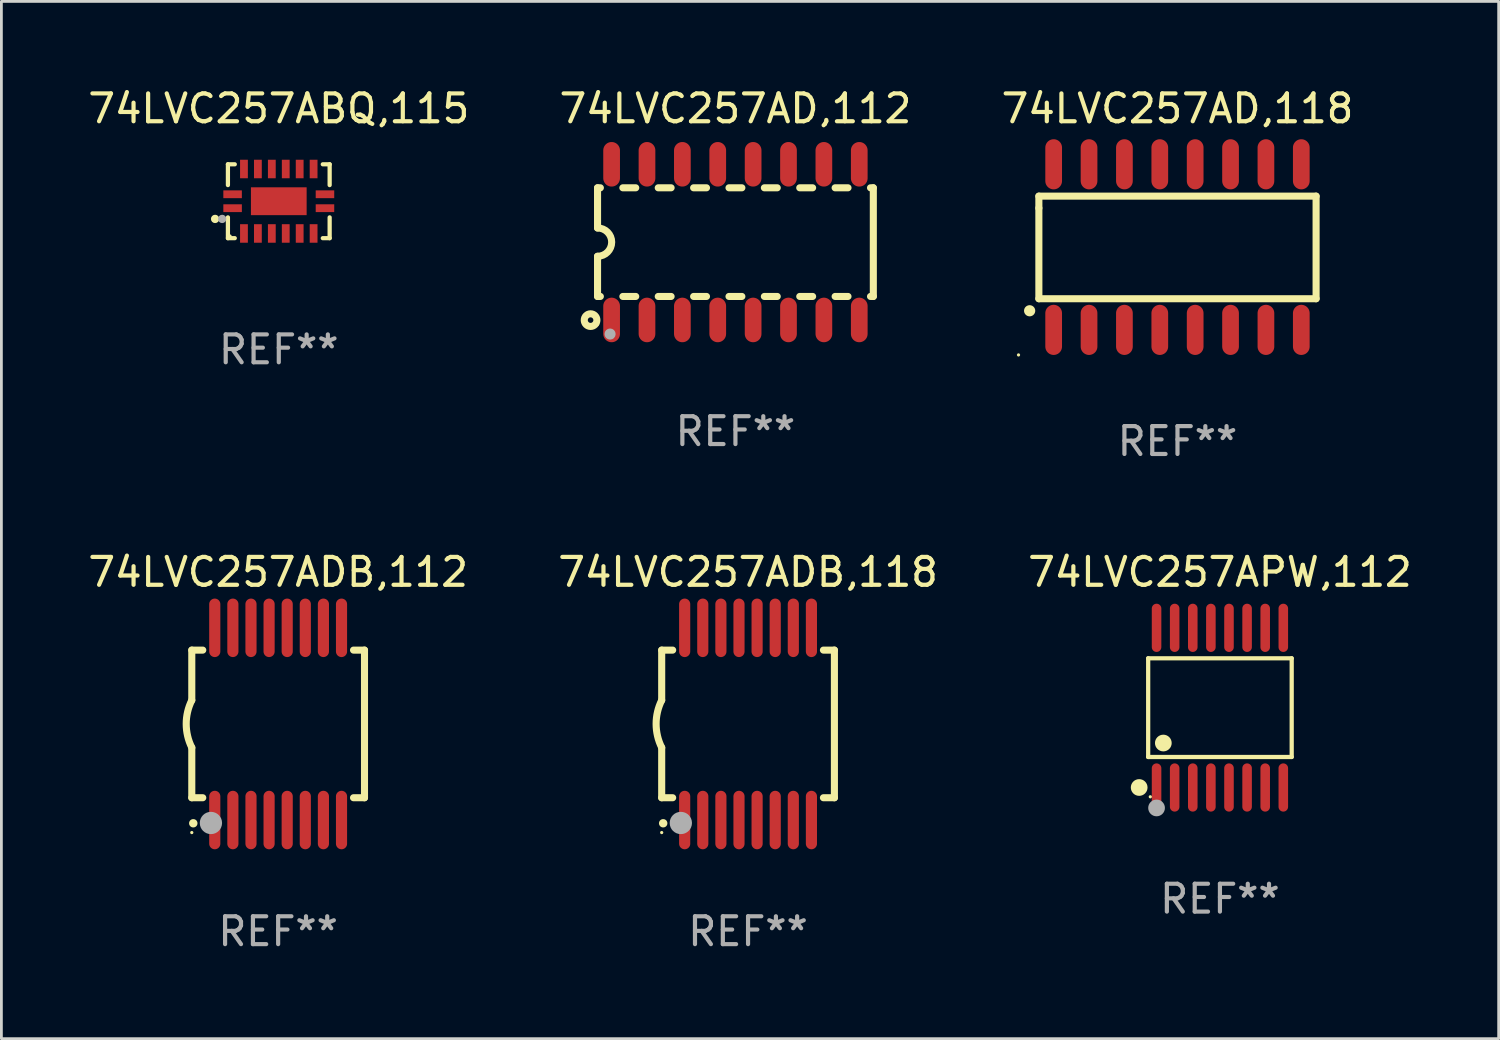
<source format=kicad_pcb>
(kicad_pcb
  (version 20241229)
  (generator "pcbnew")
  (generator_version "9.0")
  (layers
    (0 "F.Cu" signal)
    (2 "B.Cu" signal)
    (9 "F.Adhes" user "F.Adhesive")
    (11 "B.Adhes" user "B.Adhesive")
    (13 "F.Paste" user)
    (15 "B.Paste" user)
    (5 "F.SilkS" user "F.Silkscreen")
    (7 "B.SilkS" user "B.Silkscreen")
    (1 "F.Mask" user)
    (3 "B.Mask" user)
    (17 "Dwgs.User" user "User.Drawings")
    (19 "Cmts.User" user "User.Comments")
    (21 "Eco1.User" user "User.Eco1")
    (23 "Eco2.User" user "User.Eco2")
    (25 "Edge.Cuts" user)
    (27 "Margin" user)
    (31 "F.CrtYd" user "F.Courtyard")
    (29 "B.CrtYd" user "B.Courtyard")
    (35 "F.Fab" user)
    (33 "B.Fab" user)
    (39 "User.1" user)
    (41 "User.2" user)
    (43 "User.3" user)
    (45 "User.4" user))
  (footprint "74LVC257APW,112"
    (layer "F.Cu")
    (at 40.744 22.354)
    (property "Reference" "74LVC257APW,112" (at 0 -4.866 0) (layer "F.SilkS") (effects (font (size 1 1) (thickness 0.15))))
    (attr through_hole)
    (fp_line (start -2.576 -1.772) (end 2.576 -1.772) (stroke (width 0.152) (type solid)) (layer "F.SilkS"))
    (fp_line (start -2.576 1.771) (end -2.576 -1.772) (stroke (width 0.152) (type solid)) (layer "F.SilkS"))
    (fp_line (start 2.576 -1.772) (end 2.576 1.771) (stroke (width 0.152) (type solid)) (layer "F.SilkS"))
    (fp_line (start 2.576 1.771) (end -2.576 1.771) (stroke (width 0.152) (type solid)) (layer "F.SilkS"))
    (fp_circle (center -2.899 2.866) (end -2.749 2.866) (stroke (width 0.3) (type solid)) (fill no) (layer "F.SilkS"))
    (fp_circle (center -2.5 3.2) (end -2.47 3.2) (stroke (width 0.06) (type solid)) (fill no) (layer "F.SilkS"))
    (fp_circle (center -2.032 1.27) (end -1.882 1.27) (stroke (width 0.3) (type solid)) (fill no) (layer "F.SilkS"))
    (fp_circle (center -2.275 3.6) (end -2.125 3.6) (stroke (width 0.3) (type solid)) (fill no) (layer "F.Fab"))
    (fp_text user "REF**" (at 0 6.866 0) (layer "F.Fab") (effects (font (size 1 1) (thickness 0.15))))
    (pad "1" smd oval (at -2.275 2.866) (size 0.343 1.731) (layers "F.Cu" "F.Mask" "F.Paste"))
    (pad "2" smd oval (at -1.625 2.866) (size 0.343 1.731) (layers "F.Cu" "F.Mask" "F.Paste"))
    (pad "3" smd oval (at -0.975 2.866) (size 0.343 1.731) (layers "F.Cu" "F.Mask" "F.Paste"))
    (pad "4" smd oval (at -0.325 2.866) (size 0.343 1.731) (layers "F.Cu" "F.Mask" "F.Paste"))
    (pad "5" smd oval (at 0.325 2.866) (size 0.343 1.731) (layers "F.Cu" "F.Mask" "F.Paste"))
    (pad "6" smd oval (at 0.975 2.866) (size 0.343 1.731) (layers "F.Cu" "F.Mask" "F.Paste"))
    (pad "7" smd oval (at 1.625 2.866) (size 0.343 1.731) (layers "F.Cu" "F.Mask" "F.Paste"))
    (pad "8" smd oval (at 2.275 2.866) (size 0.343 1.731) (layers "F.Cu" "F.Mask" "F.Paste"))
    (pad "9" smd oval (at 2.275 -2.866) (size 0.343 1.731) (layers "F.Cu" "F.Mask" "F.Paste"))
    (pad "10" smd oval (at 1.625 -2.866) (size 0.343 1.731) (layers "F.Cu" "F.Mask" "F.Paste"))
    (pad "11" smd oval (at 0.975 -2.866) (size 0.343 1.731) (layers "F.Cu" "F.Mask" "F.Paste"))
    (pad "12" smd oval (at 0.325 -2.866) (size 0.343 1.731) (layers "F.Cu" "F.Mask" "F.Paste"))
    (pad "13" smd oval (at -0.325 -2.866) (size 0.343 1.731) (layers "F.Cu" "F.Mask" "F.Paste"))
    (pad "14" smd oval (at -0.975 -2.866) (size 0.343 1.731) (layers "F.Cu" "F.Mask" "F.Paste"))
    (pad "15" smd oval (at -1.625 -2.866) (size 0.343 1.731) (layers "F.Cu" "F.Mask" "F.Paste"))
    (pad "16" smd oval (at -2.275 -2.866) (size 0.343 1.731) (layers "F.Cu" "F.Mask" "F.Paste")))
  (footprint "74LVC257ADB,112"
    (layer "F.Cu")
    (at 6.935 22.938)
    (property "Reference" "74LVC257ADB,112" (at 0 -5.45 0) (layer "F.SilkS") (effects (font (size 1 1) (thickness 0.15))))
    (attr through_hole)
    (fp_line (start -3.1 -2.65) (end -3.1 -0.85) (stroke (width 0.254) (type solid)) (layer "F.SilkS"))
    (fp_line (start -3.1 -2.65) (end -2.706 -2.65) (stroke (width 0.254) (type solid)) (layer "F.SilkS"))
    (fp_line (start -3.1 2.65) (end -3.1 0.85) (stroke (width 0.254) (type solid)) (layer "F.SilkS"))
    (fp_line (start -3.1 2.65) (end -2.706 2.65) (stroke (width 0.254) (type solid)) (layer "F.SilkS"))
    (fp_line (start 2.706 -2.65) (end 3.1 -2.65) (stroke (width 0.254) (type solid)) (layer "F.SilkS"))
    (fp_line (start 2.706 2.65) (end 3.1 2.65) (stroke (width 0.254) (type solid)) (layer "F.SilkS"))
    (fp_line (start 3.1 -2.65) (end 3.1 2.65) (stroke (width 0.254) (type solid)) (layer "F.SilkS"))
    (fp_arc (start -3.098907 0.850902) (mid -3.300057 0.000523) (end -3.1 -0.850114) (stroke (width 0.254001) (type solid)) (layer "F.SilkS"))
    (fp_arc (start -3.048006 3.566066) (mid -3.046736 3.566061) (end -3.045466 3.566066) (stroke (width 0.3) (type solid)) (layer "F.SilkS"))
    (fp_circle (center -3.1 3.9) (end -3.07 3.9) (stroke (width 0.06) (type solid)) (fill no) (layer "F.SilkS"))
    (fp_circle (center -2.413 3.556) (end -2.213 3.556) (stroke (width 0.4) (type solid)) (fill no) (layer "F.Fab"))
    (fp_text user "REF**" (at 0 7.45 0) (layer "F.Fab") (effects (font (size 1 1) (thickness 0.15))))
    (pad "1" smd oval (at -2.275 3.45 180) (size 0.4 2.1) (layers "F.Cu" "F.Mask" "F.Paste"))
    (pad "2" smd oval (at -1.625 3.45 180) (size 0.4 2.1) (layers "F.Cu" "F.Mask" "F.Paste"))
    (pad "3" smd oval (at -0.975 3.45 180) (size 0.4 2.1) (layers "F.Cu" "F.Mask" "F.Paste"))
    (pad "4" smd oval (at -0.325 3.45 180) (size 0.4 2.1) (layers "F.Cu" "F.Mask" "F.Paste"))
    (pad "5" smd oval (at 0.325 3.45 180) (size 0.4 2.1) (layers "F.Cu" "F.Mask" "F.Paste"))
    (pad "6" smd oval (at 0.975 3.45 180) (size 0.4 2.1) (layers "F.Cu" "F.Mask" "F.Paste"))
    (pad "7" smd oval (at 1.625 3.45 180) (size 0.4 2.1) (layers "F.Cu" "F.Mask" "F.Paste"))
    (pad "8" smd oval (at 2.275 3.45 180) (size 0.4 2.1) (layers "F.Cu" "F.Mask" "F.Paste"))
    (pad "9" smd oval (at 2.275 -3.45 180) (size 0.4 2.1) (layers "F.Cu" "F.Mask" "F.Paste"))
    (pad "10" smd oval (at 1.625 -3.45 180) (size 0.4 2.1) (layers "F.Cu" "F.Mask" "F.Paste"))
    (pad "11" smd oval (at 0.975 -3.45 180) (size 0.4 2.1) (layers "F.Cu" "F.Mask" "F.Paste"))
    (pad "12" smd oval (at 0.325 -3.45 180) (size 0.4 2.1) (layers "F.Cu" "F.Mask" "F.Paste"))
    (pad "13" smd oval (at -0.325 -3.45 180) (size 0.4 2.1) (layers "F.Cu" "F.Mask" "F.Paste"))
    (pad "14" smd oval (at -0.975 -3.45 180) (size 0.4 2.1) (layers "F.Cu" "F.Mask" "F.Paste"))
    (pad "15" smd oval (at -1.625 -3.45 180) (size 0.4 2.1) (layers "F.Cu" "F.Mask" "F.Paste"))
    (pad "16" smd oval (at -2.275 -3.45 180) (size 0.4 2.1) (layers "F.Cu" "F.Mask" "F.Paste")))
  (footprint "74LVC257ABQ,115"
    (layer "F.Cu")
    (at 6.958 4.174)
    (property "Reference" "74LVC257ABQ,115" (at 0 -3.326 0) (layer "F.SilkS") (effects (font (size 1 1) (thickness 0.15))))
    (attr through_hole)
    (fp_line (start -1.826 -1.326) (end -1.58 -1.326) (stroke (width 0.152) (type solid)) (layer "F.SilkS"))
    (fp_line (start -1.826 -0.58) (end -1.826 -1.326) (stroke (width 0.152) (type solid)) (layer "F.SilkS"))
    (fp_line (start -1.826 0.58) (end -1.826 1.326) (stroke (width 0.152) (type solid)) (layer "F.SilkS"))
    (fp_line (start -1.826 1.326) (end -1.58 1.326) (stroke (width 0.152) (type solid)) (layer "F.SilkS"))
    (fp_line (start 1.826 -1.326) (end 1.58 -1.326) (stroke (width 0.152) (type solid)) (layer "F.SilkS"))
    (fp_line (start 1.826 -0.58) (end 1.826 -1.326) (stroke (width 0.152) (type solid)) (layer "F.SilkS"))
    (fp_line (start 1.826 0.58) (end 1.826 1.326) (stroke (width 0.152) (type solid)) (layer "F.SilkS"))
    (fp_line (start 1.826 1.326) (end 1.58 1.326) (stroke (width 0.152) (type solid)) (layer "F.SilkS"))
    (fp_circle (center -2.286 0.635) (end -2.211 0.635) (stroke (width 0.15) (type solid)) (fill no) (layer "F.SilkS"))
    (fp_circle (center -1.75 1.25) (end -1.72 1.25) (stroke (width 0.06) (type solid)) (fill no) (layer "F.SilkS"))
    (fp_circle (center -2.032 0.635) (end -1.957 0.635) (stroke (width 0.15) (type solid)) (fill no) (layer "F.Fab"))
    (fp_text user "REF**" (at 0 5.326 0) (layer "F.Fab") (effects (font (size 1 1) (thickness 0.15))))
    (pad "1" smd rect (at -1.658 0.25) (size 0.665 0.28) (layers "F.Cu" "F.Mask" "F.Paste"))
    (pad "2" smd rect (at -1.25 1.157) (size 0.28 0.665) (layers "F.Cu" "F.Mask" "F.Paste"))
    (pad "3" smd rect (at -0.75 1.157) (size 0.28 0.665) (layers "F.Cu" "F.Mask" "F.Paste"))
    (pad "4" smd rect (at -0.25 1.157) (size 0.28 0.665) (layers "F.Cu" "F.Mask" "F.Paste"))
    (pad "5" smd rect (at 0.25 1.157) (size 0.28 0.665) (layers "F.Cu" "F.Mask" "F.Paste"))
    (pad "6" smd rect (at 0.75 1.157) (size 0.28 0.665) (layers "F.Cu" "F.Mask" "F.Paste"))
    (pad "7" smd rect (at 1.25 1.157) (size 0.28 0.665) (layers "F.Cu" "F.Mask" "F.Paste"))
    (pad "8" smd rect (at 1.658 0.25) (size 0.665 0.28) (layers "F.Cu" "F.Mask" "F.Paste"))
    (pad "9" smd rect (at 1.658 -0.25) (size 0.665 0.28) (layers "F.Cu" "F.Mask" "F.Paste"))
    (pad "10" smd rect (at 1.25 -1.157) (size 0.28 0.665) (layers "F.Cu" "F.Mask" "F.Paste"))
    (pad "11" smd rect (at 0.75 -1.157) (size 0.28 0.665) (layers "F.Cu" "F.Mask" "F.Paste"))
    (pad "12" smd rect (at 0.25 -1.157) (size 0.28 0.665) (layers "F.Cu" "F.Mask" "F.Paste"))
    (pad "13" smd rect (at -0.25 -1.157) (size 0.28 0.665) (layers "F.Cu" "F.Mask" "F.Paste"))
    (pad "14" smd rect (at -0.75 -1.157) (size 0.28 0.665) (layers "F.Cu" "F.Mask" "F.Paste"))
    (pad "15" smd rect (at -1.25 -1.157) (size 0.28 0.665) (layers "F.Cu" "F.Mask" "F.Paste"))
    (pad "16" smd rect (at -1.658 -0.25) (size 0.665 0.28) (layers "F.Cu" "F.Mask" "F.Paste"))
    (pad "17" smd rect (at 0 0) (size 2 1) (layers "F.Cu" "F.Mask" "F.Paste")))
  (footprint "74LVC257AD,112"
    (layer "F.Cu")
    (at 23.351 5.642)
    (property "Reference" "74LVC257AD,112" (at 0 -4.794 0) (layer "F.SilkS") (effects (font (size 1 1) (thickness 0.15))))
    (attr through_hole)
    (fp_line (start -4.95 -1.95) (end -4.95 -0.508) (stroke (width 0.254) (type solid)) (layer "F.SilkS"))
    (fp_line (start -4.95 -1.95) (end -4.849 -1.95) (stroke (width 0.254) (type solid)) (layer "F.SilkS"))
    (fp_line (start -4.95 1.95) (end -4.95 0.508) (stroke (width 0.254) (type solid)) (layer "F.SilkS"))
    (fp_line (start -4.95 1.95) (end -4.849 1.95) (stroke (width 0.254) (type solid)) (layer "F.SilkS"))
    (fp_line (start -4.041 -1.95) (end -3.579 -1.95) (stroke (width 0.254) (type solid)) (layer "F.SilkS"))
    (fp_line (start -4.041 1.95) (end -3.579 1.95) (stroke (width 0.254) (type solid)) (layer "F.SilkS"))
    (fp_line (start -2.771 -1.95) (end -2.309 -1.95) (stroke (width 0.254) (type solid)) (layer "F.SilkS"))
    (fp_line (start -2.771 1.95) (end -2.309 1.95) (stroke (width 0.254) (type solid)) (layer "F.SilkS"))
    (fp_line (start -1.501 -1.95) (end -1.039 -1.95) (stroke (width 0.254) (type solid)) (layer "F.SilkS"))
    (fp_line (start -1.501 1.95) (end -1.039 1.95) (stroke (width 0.254) (type solid)) (layer "F.SilkS"))
    (fp_line (start -0.231 -1.95) (end 0.231 -1.95) (stroke (width 0.254) (type solid)) (layer "F.SilkS"))
    (fp_line (start -0.231 1.95) (end 0.231 1.95) (stroke (width 0.254) (type solid)) (layer "F.SilkS"))
    (fp_line (start 1.039 -1.95) (end 1.501 -1.95) (stroke (width 0.254) (type solid)) (layer "F.SilkS"))
    (fp_line (start 1.039 1.95) (end 1.501 1.95) (stroke (width 0.254) (type solid)) (layer "F.SilkS"))
    (fp_line (start 2.309 -1.95) (end 2.771 -1.95) (stroke (width 0.254) (type solid)) (layer "F.SilkS"))
    (fp_line (start 2.309 1.95) (end 2.771 1.95) (stroke (width 0.254) (type solid)) (layer "F.SilkS"))
    (fp_line (start 3.579 -1.95) (end 4.041 -1.95) (stroke (width 0.254) (type solid)) (layer "F.SilkS"))
    (fp_line (start 3.579 1.95) (end 4.041 1.95) (stroke (width 0.254) (type solid)) (layer "F.SilkS"))
    (fp_line (start 4.849 -1.95) (end 4.95 -1.95) (stroke (width 0.254) (type solid)) (layer "F.SilkS"))
    (fp_line (start 4.849 1.95) (end 4.95 1.95) (stroke (width 0.254) (type solid)) (layer "F.SilkS"))
    (fp_line (start 4.95 -1.95) (end 4.95 1.95) (stroke (width 0.254) (type solid)) (layer "F.SilkS"))
    (fp_arc (start -4.95047 -0.508001) (mid -4.442469 -0.000228) (end -4.950013 0.508001) (stroke (width 0.254001) (type solid)) (layer "F.SilkS"))
    (fp_circle (center -5.2 2.8) (end -5.1 2.8) (stroke (width 0.254) (type solid)) (fill no) (layer "F.SilkS"))
    (fp_circle (center -4.95 2.947) (end -4.92 2.947) (stroke (width 0.06) (type solid)) (fill no) (layer "F.SilkS"))
    (fp_circle (center -4.5 3.3) (end -4.4 3.3) (stroke (width 0.2) (type solid)) (fill no) (layer "F.Fab"))
    (fp_text user "REF**" (at 0 6.794 0) (layer "F.Fab") (effects (font (size 1 1) (thickness 0.15))))
    (pad "1" smd oval (at -4.445 2.794) (size 0.6 1.6) (layers "F.Cu" "F.Mask" "F.Paste"))
    (pad "2" smd oval (at -3.175 2.794) (size 0.6 1.6) (layers "F.Cu" "F.Mask" "F.Paste"))
    (pad "3" smd oval (at -1.905 2.794) (size 0.6 1.6) (layers "F.Cu" "F.Mask" "F.Paste"))
    (pad "4" smd oval (at -0.635 2.794) (size 0.6 1.6) (layers "F.Cu" "F.Mask" "F.Paste"))
    (pad "5" smd oval (at 0.635 2.794) (size 0.6 1.6) (layers "F.Cu" "F.Mask" "F.Paste"))
    (pad "6" smd oval (at 1.905 2.794) (size 0.6 1.6) (layers "F.Cu" "F.Mask" "F.Paste"))
    (pad "7" smd oval (at 3.175 2.794) (size 0.6 1.6) (layers "F.Cu" "F.Mask" "F.Paste"))
    (pad "8" smd oval (at 4.445 2.794) (size 0.6 1.6) (layers "F.Cu" "F.Mask" "F.Paste"))
    (pad "9" smd oval (at 4.445 -2.794) (size 0.6 1.6) (layers "F.Cu" "F.Mask" "F.Paste"))
    (pad "10" smd oval (at 3.175 -2.794) (size 0.6 1.6) (layers "F.Cu" "F.Mask" "F.Paste"))
    (pad "11" smd oval (at 1.905 -2.794) (size 0.6 1.6) (layers "F.Cu" "F.Mask" "F.Paste"))
    (pad "12" smd oval (at 0.635 -2.794) (size 0.6 1.6) (layers "F.Cu" "F.Mask" "F.Paste"))
    (pad "13" smd oval (at -0.635 -2.794) (size 0.6 1.6) (layers "F.Cu" "F.Mask" "F.Paste"))
    (pad "14" smd oval (at -1.905 -2.794) (size 0.6 1.6) (layers "F.Cu" "F.Mask" "F.Paste"))
    (pad "15" smd oval (at -3.175 -2.794) (size 0.6 1.6) (layers "F.Cu" "F.Mask" "F.Paste"))
    (pad "16" smd oval (at -4.445 -2.794) (size 0.6 1.6) (layers "F.Cu" "F.Mask" "F.Paste")))
  (footprint "74LVC257AD,118"
    (layer "F.Cu")
    (at 39.22 5.82)
    (property "Reference" "74LVC257AD,118" (at 0 -4.972 0) (layer "F.SilkS") (effects (font (size 1 1) (thickness 0.15))))
    (attr through_hole)
    (fp_line (start -4.976 -1.829) (end -4.976 -1.4) (stroke (width 0.254) (type solid)) (layer "F.SilkS"))
    (fp_line (start -4.976 -1.4) (end -4.976 1.854) (stroke (width 0.254) (type solid)) (layer "F.SilkS"))
    (fp_line (start -4.976 1.854) (end 4.976 1.854) (stroke (width 0.254) (type solid)) (layer "F.SilkS"))
    (fp_line (start 4.976 -1.829) (end -4.976 -1.829) (stroke (width 0.254) (type solid)) (layer "F.SilkS"))
    (fp_line (start 4.976 1.854) (end 4.976 -1.829) (stroke (width 0.254) (type solid)) (layer "F.SilkS"))
    (fp_arc (start -5.308611 2.286005) (mid -5.307341 2.286001) (end -5.306071 2.286005) (stroke (width 0.4) (type solid)) (layer "F.SilkS"))
    (fp_circle (center -5.707 3.872) (end -5.677 3.872) (stroke (width 0.06) (type solid)) (fill no) (layer "F.SilkS"))
    (fp_text user "REF**" (at 0 6.972 0) (layer "F.Fab") (effects (font (size 1 1) (thickness 0.15))))
    (pad "1" smd oval (at -4.445 2.972 180) (size 0.6 1.8) (layers "F.Cu" "F.Mask" "F.Paste"))
    (pad "2" smd oval (at -3.175 2.972 180) (size 0.6 1.8) (layers "F.Cu" "F.Mask" "F.Paste"))
    (pad "3" smd oval (at -1.905 2.972 180) (size 0.6 1.8) (layers "F.Cu" "F.Mask" "F.Paste"))
    (pad "4" smd oval (at -0.635 2.972 180) (size 0.6 1.8) (layers "F.Cu" "F.Mask" "F.Paste"))
    (pad "5" smd oval (at 0.635 2.972 180) (size 0.6 1.8) (layers "F.Cu" "F.Mask" "F.Paste"))
    (pad "6" smd oval (at 1.905 2.972 180) (size 0.6 1.8) (layers "F.Cu" "F.Mask" "F.Paste"))
    (pad "7" smd oval (at 3.175 2.972 180) (size 0.6 1.8) (layers "F.Cu" "F.Mask" "F.Paste"))
    (pad "8" smd oval (at 4.445 2.972 180) (size 0.6 1.8) (layers "F.Cu" "F.Mask" "F.Paste"))
    (pad "9" smd oval (at 4.445 -2.972 180) (size 0.6 1.8) (layers "F.Cu" "F.Mask" "F.Paste"))
    (pad "10" smd oval (at 3.175 -2.972 180) (size 0.6 1.8) (layers "F.Cu" "F.Mask" "F.Paste"))
    (pad "11" smd oval (at 1.905 -2.972 180) (size 0.6 1.8) (layers "F.Cu" "F.Mask" "F.Paste"))
    (pad "12" smd oval (at 0.635 -2.972 180) (size 0.6 1.8) (layers "F.Cu" "F.Mask" "F.Paste"))
    (pad "13" smd oval (at -0.635 -2.972 180) (size 0.6 1.8) (layers "F.Cu" "F.Mask" "F.Paste"))
    (pad "14" smd oval (at -1.905 -2.972 180) (size 0.6 1.8) (layers "F.Cu" "F.Mask" "F.Paste"))
    (pad "15" smd oval (at -3.175 -2.972 180) (size 0.6 1.8) (layers "F.Cu" "F.Mask" "F.Paste"))
    (pad "16" smd oval (at -4.445 -2.972 180) (size 0.6 1.8) (layers "F.Cu" "F.Mask" "F.Paste")))
  (footprint "74LVC257ADB,118"
    (layer "F.Cu")
    (at 23.804 22.938)
    (property "Reference" "74LVC257ADB,118" (at 0 -5.45 0) (layer "F.SilkS") (effects (font (size 1 1) (thickness 0.15))))
    (attr through_hole)
    (fp_line (start -3.1 -2.65) (end -3.1 -0.85) (stroke (width 0.254) (type solid)) (layer "F.SilkS"))
    (fp_line (start -3.1 -2.65) (end -2.706 -2.65) (stroke (width 0.254) (type solid)) (layer "F.SilkS"))
    (fp_line (start -3.1 2.65) (end -3.1 0.85) (stroke (width 0.254) (type solid)) (layer "F.SilkS"))
    (fp_line (start -3.1 2.65) (end -2.706 2.65) (stroke (width 0.254) (type solid)) (layer "F.SilkS"))
    (fp_line (start 2.706 -2.65) (end 3.1 -2.65) (stroke (width 0.254) (type solid)) (layer "F.SilkS"))
    (fp_line (start 2.706 2.65) (end 3.1 2.65) (stroke (width 0.254) (type solid)) (layer "F.SilkS"))
    (fp_line (start 3.1 -2.65) (end 3.1 2.65) (stroke (width 0.254) (type solid)) (layer "F.SilkS"))
    (fp_arc (start -3.098907 0.850902) (mid -3.300057 0.000523) (end -3.1 -0.850114) (stroke (width 0.254001) (type solid)) (layer "F.SilkS"))
    (fp_arc (start -3.048006 3.566066) (mid -3.046736 3.566061) (end -3.045466 3.566066) (stroke (width 0.3) (type solid)) (layer "F.SilkS"))
    (fp_circle (center -3.1 3.9) (end -3.07 3.9) (stroke (width 0.06) (type solid)) (fill no) (layer "F.SilkS"))
    (fp_circle (center -2.413 3.556) (end -2.213 3.556) (stroke (width 0.4) (type solid)) (fill no) (layer "F.Fab"))
    (fp_text user "REF**" (at 0 7.45 0) (layer "F.Fab") (effects (font (size 1 1) (thickness 0.15))))
    (pad "1" smd oval (at -2.275 3.45 180) (size 0.4 2.1) (layers "F.Cu" "F.Mask" "F.Paste"))
    (pad "2" smd oval (at -1.625 3.45 180) (size 0.4 2.1) (layers "F.Cu" "F.Mask" "F.Paste"))
    (pad "3" smd oval (at -0.975 3.45 180) (size 0.4 2.1) (layers "F.Cu" "F.Mask" "F.Paste"))
    (pad "4" smd oval (at -0.325 3.45 180) (size 0.4 2.1) (layers "F.Cu" "F.Mask" "F.Paste"))
    (pad "5" smd oval (at 0.325 3.45 180) (size 0.4 2.1) (layers "F.Cu" "F.Mask" "F.Paste"))
    (pad "6" smd oval (at 0.975 3.45 180) (size 0.4 2.1) (layers "F.Cu" "F.Mask" "F.Paste"))
    (pad "7" smd oval (at 1.625 3.45 180) (size 0.4 2.1) (layers "F.Cu" "F.Mask" "F.Paste"))
    (pad "8" smd oval (at 2.275 3.45 180) (size 0.4 2.1) (layers "F.Cu" "F.Mask" "F.Paste"))
    (pad "9" smd oval (at 2.275 -3.45 180) (size 0.4 2.1) (layers "F.Cu" "F.Mask" "F.Paste"))
    (pad "10" smd oval (at 1.625 -3.45 180) (size 0.4 2.1) (layers "F.Cu" "F.Mask" "F.Paste"))
    (pad "11" smd oval (at 0.975 -3.45 180) (size 0.4 2.1) (layers "F.Cu" "F.Mask" "F.Paste"))
    (pad "12" smd oval (at 0.325 -3.45 180) (size 0.4 2.1) (layers "F.Cu" "F.Mask" "F.Paste"))
    (pad "13" smd oval (at -0.325 -3.45 180) (size 0.4 2.1) (layers "F.Cu" "F.Mask" "F.Paste"))
    (pad "14" smd oval (at -0.975 -3.45 180) (size 0.4 2.1) (layers "F.Cu" "F.Mask" "F.Paste"))
    (pad "15" smd oval (at -1.625 -3.45 180) (size 0.4 2.1) (layers "F.Cu" "F.Mask" "F.Paste"))
    (pad "16" smd oval (at -2.275 -3.45 180) (size 0.4 2.1) (layers "F.Cu" "F.Mask" "F.Paste")))
  (gr_rect
    (start -3 -3)
    (end 50.75 34.237)
    (stroke (width 0.1) (type default))
    (fill no)
    (layer "Edge.Cuts")))
</source>
